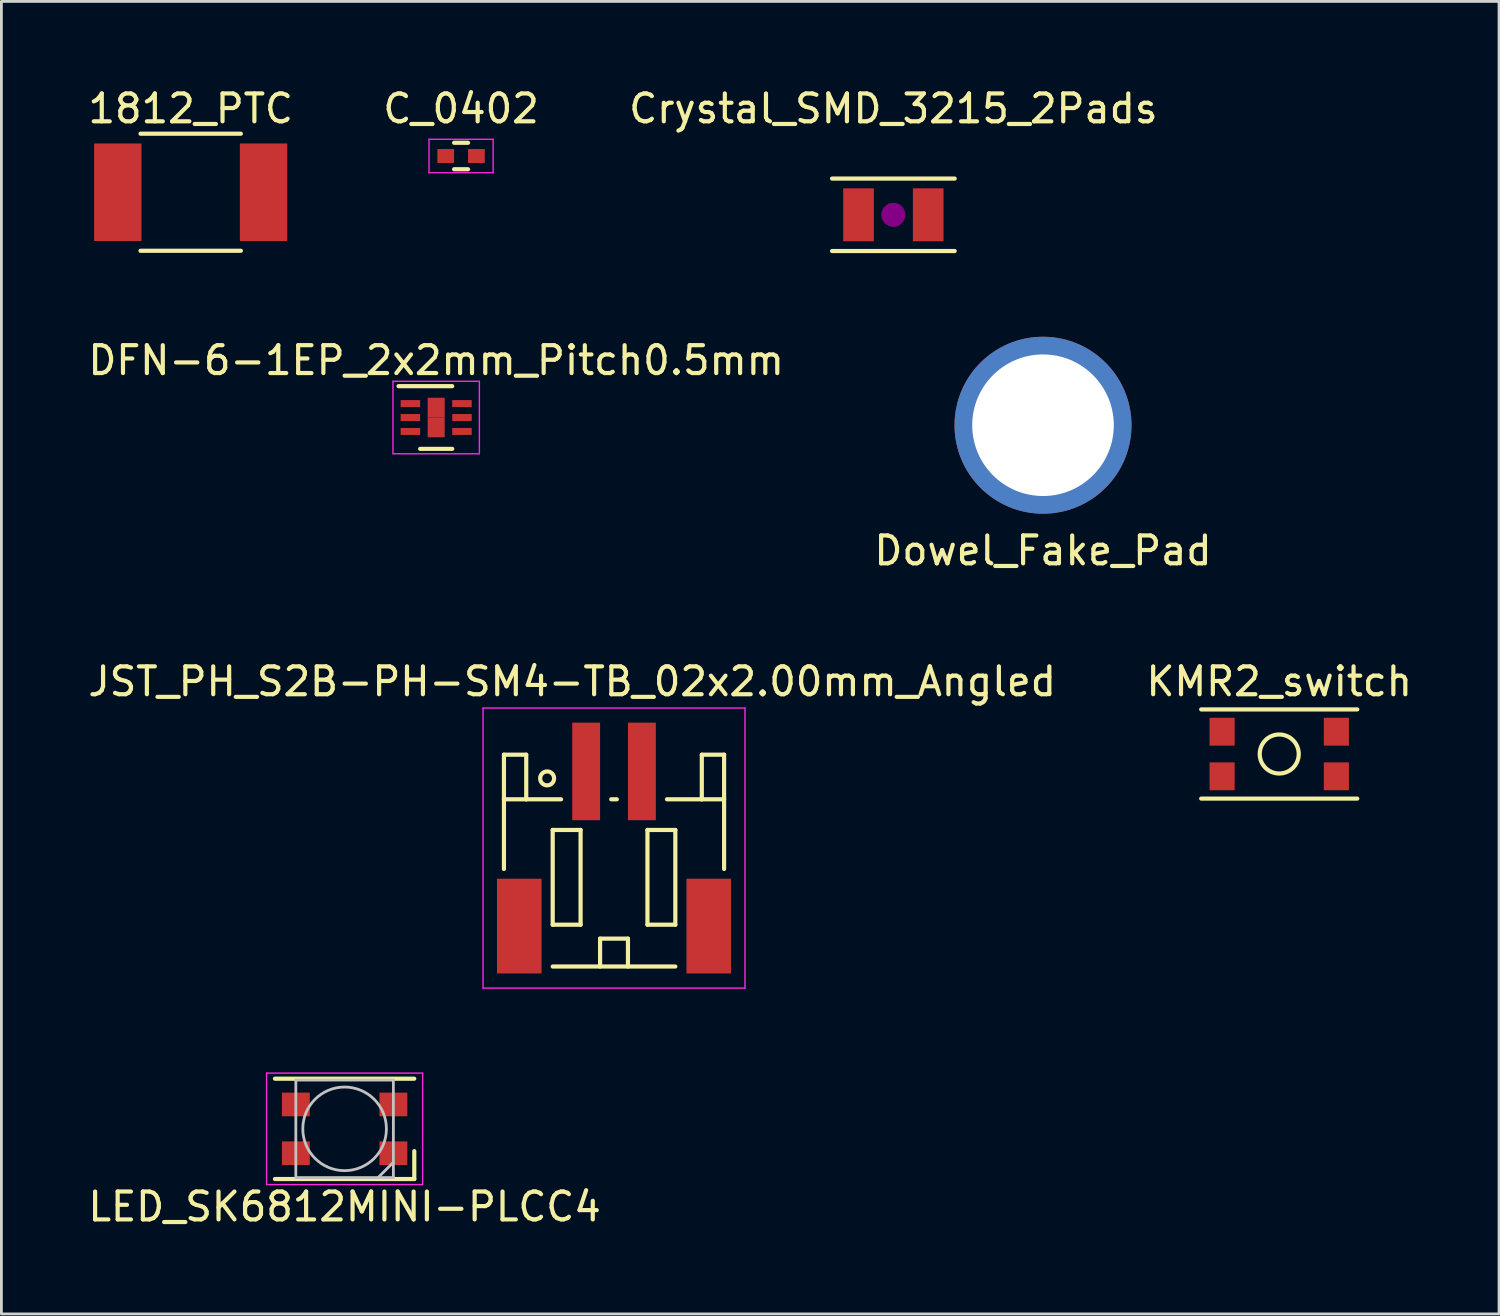
<source format=kicad_pcb>
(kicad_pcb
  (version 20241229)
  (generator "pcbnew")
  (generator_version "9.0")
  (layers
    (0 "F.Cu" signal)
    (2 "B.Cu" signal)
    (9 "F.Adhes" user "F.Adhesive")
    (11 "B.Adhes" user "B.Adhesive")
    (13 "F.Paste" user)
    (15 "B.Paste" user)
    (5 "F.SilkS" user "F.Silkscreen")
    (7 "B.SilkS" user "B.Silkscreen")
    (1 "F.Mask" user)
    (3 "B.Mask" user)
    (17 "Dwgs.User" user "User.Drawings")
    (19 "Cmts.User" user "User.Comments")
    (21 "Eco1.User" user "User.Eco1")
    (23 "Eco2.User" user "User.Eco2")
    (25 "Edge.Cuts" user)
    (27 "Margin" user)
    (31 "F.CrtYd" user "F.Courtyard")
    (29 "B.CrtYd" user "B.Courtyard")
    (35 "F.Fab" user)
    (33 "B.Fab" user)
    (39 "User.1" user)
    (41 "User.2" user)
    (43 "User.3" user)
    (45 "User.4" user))
  (footprint "KMR2_switch"
    (layer "F.Cu")
    (at 42.851 24.005)
    (property "Reference" "KMR2_switch" (at 0 -2.6 0) (layer "F.SilkS") (effects (font (size 1 1) (thickness 0.15))))
    (attr through_hole)
    (fp_line (start -2.8 -1.6) (end 2.8 -1.6) (stroke (width 0.15) (type solid)) (layer "F.SilkS"))
    (fp_line (start -2.8 1.6) (end 2.8 1.6) (stroke (width 0.15) (type solid)) (layer "F.SilkS"))
    (fp_circle (center 0 0) (end 0 0.7) (stroke (width 0.15) (type solid)) (fill no) (layer "F.SilkS"))
    (pad "1" smd rect (at -2.05 0.8) (size 0.9 1) (layers "F.Cu" "F.Mask" "F.Paste"))
    (pad "1" smd rect (at 2.05 0.8) (size 0.9 1) (layers "F.Cu" "F.Mask" "F.Paste"))
    (pad "2" smd rect (at -2.05 -0.8) (size 0.9 1) (layers "F.Cu" "F.Mask" "F.Paste"))
    (pad "2" smd rect (at 2.05 -0.8) (size 0.9 1) (layers "F.Cu" "F.Mask" "F.Paste")))
  (footprint "1812_PTC"
    (layer "F.Cu")
    (at 3.792 3.848)
    (property "Reference" "1812_PTC" (at 0 -3 0) (layer "F.SilkS") (effects (font (size 1 1) (thickness 0.15))))
    (attr through_hole)
    (fp_line (start -1.8 -2.1) (end 1.8 -2.1) (stroke (width 0.15) (type solid)) (layer "F.SilkS"))
    (fp_line (start -1.8 2.1) (end 1.8 2.1) (stroke (width 0.15) (type solid)) (layer "F.SilkS"))
    (pad "1" smd rect (at -2.615 0) (size 1.7 3.5) (layers "F.Cu" "F.Mask" "F.Paste"))
    (pad "2" smd rect (at 2.615 0) (size 1.7 3.5) (layers "F.Cu" "F.Mask" "F.Paste")))
  (footprint "JST_PH_S2B-PH-SM4-TB_02x2.00mm_Angled"
    (layer "F.Cu")
    (at 18.982 27.405)
    (property "Reference" "JST_PH_S2B-PH-SM4-TB_02x2.00mm_Angled" (at -1.5 -6 0) (layer "F.SilkS") (effects (font (size 1 1) (thickness 0.15))))
    (attr smd)
    (fp_line (start -3.95 -3.375) (end -3.95 0.725) (stroke (width 0.15) (type solid)) (layer "F.SilkS"))
    (fp_line (start -3.15 -3.375) (end -3.95 -3.375) (stroke (width 0.15) (type solid)) (layer "F.SilkS"))
    (fp_line (start -3.15 -1.775) (end -3.95 -1.775) (stroke (width 0.15) (type solid)) (layer "F.SilkS"))
    (fp_line (start -3.15 -1.775) (end -3.15 -3.375) (stroke (width 0.15) (type solid)) (layer "F.SilkS"))
    (fp_line (start -2.2 -0.675) (end -2.2 2.725) (stroke (width 0.15) (type solid)) (layer "F.SilkS"))
    (fp_line (start -2.2 2.725) (end -1.2 2.725) (stroke (width 0.15) (type solid)) (layer "F.SilkS"))
    (fp_line (start -2.2 4.225) (end 2.2 4.225) (stroke (width 0.15) (type solid)) (layer "F.SilkS"))
    (fp_line (start -1.9 -1.775) (end -3.15 -1.775) (stroke (width 0.15) (type solid)) (layer "F.SilkS"))
    (fp_line (start -1.2 -0.675) (end -2.2 -0.675) (stroke (width 0.15) (type solid)) (layer "F.SilkS"))
    (fp_line (start -1.2 2.725) (end -1.2 -0.675) (stroke (width 0.15) (type solid)) (layer "F.SilkS"))
    (fp_line (start -0.5 3.225) (end 0.5 3.225) (stroke (width 0.15) (type solid)) (layer "F.SilkS"))
    (fp_line (start -0.5 4.225) (end -0.5 3.225) (stroke (width 0.15) (type solid)) (layer "F.SilkS"))
    (fp_line (start -0.1 -1.775) (end 0.1 -1.775) (stroke (width 0.15) (type solid)) (layer "F.SilkS"))
    (fp_line (start 0.5 3.225) (end 0.5 4.225) (stroke (width 0.15) (type solid)) (layer "F.SilkS"))
    (fp_line (start 1.2 -0.675) (end 2.2 -0.675) (stroke (width 0.15) (type solid)) (layer "F.SilkS"))
    (fp_line (start 1.2 2.725) (end 1.2 -0.675) (stroke (width 0.15) (type solid)) (layer "F.SilkS"))
    (fp_line (start 1.9 -1.775) (end 3.15 -1.775) (stroke (width 0.15) (type solid)) (layer "F.SilkS"))
    (fp_line (start 2.2 -0.675) (end 2.2 2.725) (stroke (width 0.15) (type solid)) (layer "F.SilkS"))
    (fp_line (start 2.2 2.725) (end 1.2 2.725) (stroke (width 0.15) (type solid)) (layer "F.SilkS"))
    (fp_line (start 3.15 -3.375) (end 3.95 -3.375) (stroke (width 0.15) (type solid)) (layer "F.SilkS"))
    (fp_line (start 3.15 -1.775) (end 3.15 -3.375) (stroke (width 0.15) (type solid)) (layer "F.SilkS"))
    (fp_line (start 3.15 -1.775) (end 3.95 -1.775) (stroke (width 0.15) (type solid)) (layer "F.SilkS"))
    (fp_line (start 3.95 -3.375) (end 3.95 0.725) (stroke (width 0.15) (type solid)) (layer "F.SilkS"))
    (fp_circle (center -2.4 -2.525) (end -2.15 -2.525) (stroke (width 0.15) (type solid)) (fill no) (layer "F.SilkS"))
    (fp_line (start -4.7 -5.05) (end 4.7 -5.05) (stroke (width 0.05) (type solid)) (layer "F.CrtYd"))
    (fp_line (start -4.7 5) (end -4.7 -5.05) (stroke (width 0.05) (type solid)) (layer "F.CrtYd"))
    (fp_line (start 4.7 -5.05) (end 4.7 5) (stroke (width 0.05) (type solid)) (layer "F.CrtYd"))
    (fp_line (start 4.7 5) (end -4.7 5) (stroke (width 0.05) (type solid)) (layer "F.CrtYd"))
    (pad "" smd rect (at -3.4 2.775) (size 1.6 3.4) (layers "F.Cu" "F.Mask" "F.Paste"))
    (pad "" smd rect (at 3.4 2.775) (size 1.6 3.4) (layers "F.Cu" "F.Mask" "F.Paste"))
    (pad "1" smd rect (at -1 -2.775) (size 1 3.5) (layers "F.Cu" "F.Mask" "F.Paste"))
    (pad "2" smd rect (at 1 -2.775) (size 1 3.5) (layers "F.Cu" "F.Mask" "F.Paste")))
  (footprint "Dowel_Fake_Pad"
    (layer "F.Cu")
    (at 34.375 12.208)
    (property "Reference" "Dowel_Fake_Pad" (at 0 4.5 0) (layer "F.SilkS") (effects (font (size 1 1) (thickness 0.15))))
    (attr through_hole)
    (pad "1" thru_hole circle (at 0 0) (size 6.35 6.35) (drill 5.08) (layers "*.Cu" "*.Paste" "*.Mask")))
  (footprint "DFN-6-1EP_2x2mm_Pitch0.5mm"
    (layer "F.Cu")
    (at 12.601 11.931)
    (property "Reference" "DFN-6-1EP_2x2mm_Pitch0.5mm" (at 0 -2.05 0) (layer "F.SilkS") (effects (font (size 1 1) (thickness 0.15))))
    (attr smd)
    (fp_line (start -1.35 -1.125) (end 0.575 -1.125) (stroke (width 0.15) (type solid)) (layer "F.SilkS"))
    (fp_line (start -0.575 1.125) (end 0.575 1.125) (stroke (width 0.15) (type solid)) (layer "F.SilkS"))
    (fp_line (start -1.55 -1.3) (end -1.55 1.3) (stroke (width 0.05) (type solid)) (layer "F.CrtYd"))
    (fp_line (start -1.55 -1.3) (end 1.55 -1.3) (stroke (width 0.05) (type solid)) (layer "F.CrtYd"))
    (fp_line (start -1.55 1.3) (end 1.55 1.3) (stroke (width 0.05) (type solid)) (layer "F.CrtYd"))
    (fp_line (start 1.55 -1.3) (end 1.55 1.3) (stroke (width 0.05) (type solid)) (layer "F.CrtYd"))
    (pad "1" smd rect (at -0.925 -0.5) (size 0.7 0.25) (layers "F.Cu" "F.Mask" "F.Paste"))
    (pad "2" smd rect (at -0.925 0) (size 0.7 0.25) (layers "F.Cu" "F.Mask" "F.Paste"))
    (pad "3" smd rect (at -0.925 0.5) (size 0.7 0.25) (layers "F.Cu" "F.Mask" "F.Paste"))
    (pad "4" smd rect (at 0.925 0.5) (size 0.7 0.25) (layers "F.Cu" "F.Mask" "F.Paste"))
    (pad "5" smd rect (at 0.925 0) (size 0.7 0.25) (layers "F.Cu" "F.Mask" "F.Paste"))
    (pad "6" smd rect (at 0.925 -0.5) (size 0.7 0.25) (layers "F.Cu" "F.Mask" "F.Paste"))
    (pad "7" smd rect (at 0 -0.355) (size 0.61 0.71) (layers "F.Cu" "F.Mask" "F.Paste"))
    (pad "7" smd rect (at 0 0.355) (size 0.61 0.71) (layers "F.Cu" "F.Mask" "F.Paste")))
  (footprint "LED_SK6812MINI-PLCC4"
    (layer "F.Cu")
    (at 9.315 37.455)
    (property "Reference" "LED_SK6812MINI-PLCC4" (at 0 2.794 0) (layer "F.SilkS") (effects (font (size 1 1) (thickness 0.15))))
    (attr smd)
    (fp_line (start -2.5 -1.8) (end 2.5 -1.8) (stroke (width 0.15) (type solid)) (layer "F.SilkS"))
    (fp_line (start -2.5 1.8) (end 2.5 1.8) (stroke (width 0.15) (type solid)) (layer "F.SilkS"))
    (fp_line (start 2.5 1.8) (end 2.5 0.8) (stroke (width 0.15) (type solid)) (layer "F.SilkS"))
    (fp_line (start -1.75 -1.75) (end -1.75 1.75) (stroke (width 0.1) (type solid)) (layer "Dwgs.User"))
    (fp_line (start -1.75 1.75) (end 1.75 1.75) (stroke (width 0.1) (type solid)) (layer "Dwgs.User"))
    (fp_line (start 1.75 -1.75) (end -1.75 -1.75) (stroke (width 0.1) (type solid)) (layer "Dwgs.User"))
    (fp_line (start 1.75 1.2) (end 1.2 1.75) (stroke (width 0.1) (type solid)) (layer "Dwgs.User"))
    (fp_line (start 1.75 1.75) (end 1.75 -1.75) (stroke (width 0.1) (type solid)) (layer "Dwgs.User"))
    (fp_circle (center 0 0) (end 0 -1.5) (stroke (width 0.1) (type solid)) (fill no) (layer "Dwgs.User"))
    (fp_line (start -2.8 -2) (end -2.8 2) (stroke (width 0.05) (type solid)) (layer "F.CrtYd"))
    (fp_line (start -2.8 2) (end 2.8 2) (stroke (width 0.05) (type solid)) (layer "F.CrtYd"))
    (fp_line (start 2.8 -2) (end -2.8 -2) (stroke (width 0.05) (type solid)) (layer "F.CrtYd"))
    (fp_line (start 2.8 2) (end 2.8 -2) (stroke (width 0.05) (type solid)) (layer "F.CrtYd"))
    (pad "1" smd rect (at -1.75 -0.875) (size 1 0.85) (layers "F.Cu" "F.Mask" "F.Paste"))
    (pad "2" smd rect (at -1.75 0.875) (size 1 0.85) (layers "F.Cu" "F.Mask" "F.Paste"))
    (pad "3" smd rect (at 1.75 0.875) (size 1 0.85) (layers "F.Cu" "F.Mask" "F.Paste"))
    (pad "4" smd rect (at 1.75 -0.875) (size 1 0.85) (layers "F.Cu" "F.Mask" "F.Paste")))
  (footprint "Crystal_SMD_3215_2Pads"
    (layer "F.Cu")
    (at 29.006 4.658)
    (property "Reference" "Crystal_SMD_3215_2Pads" (at 0 -3.81 0) (layer "F.SilkS") (effects (font (size 1 1) (thickness 0.15))))
    (attr smd)
    (fp_line (start -2.2 -1.3) (end 2.2 -1.3) (stroke (width 0.15) (type solid)) (layer "F.SilkS"))
    (fp_line (start 2.2 1.3) (end -2.2 1.3) (stroke (width 0.15) (type solid)) (layer "F.SilkS"))
    (fp_circle (center 0 0) (end 0.051 0) (stroke (width 0.381) (type solid)) (fill no) (layer "F.Adhes"))
    (fp_circle (center 0 0) (end 0.201 0) (stroke (width 0.381) (type solid)) (fill no) (layer "F.Adhes"))
    (pad "1" smd rect (at -1.25 0) (size 1.1 1.9) (layers "F.Cu" "F.Mask" "F.Paste"))
    (pad "2" smd rect (at 1.25 0) (size 1.1 1.9) (layers "F.Cu" "F.Mask" "F.Paste")))
  (footprint "C_0402"
    (layer "F.Cu")
    (at 13.494 2.548)
    (property "Reference" "C_0402" (at 0 -1.7 0) (layer "F.SilkS") (effects (font (size 1 1) (thickness 0.15))))
    (attr smd)
    (fp_line (start -0.25 0.475) (end 0.25 0.475) (stroke (width 0.15) (type solid)) (layer "F.SilkS"))
    (fp_line (start 0.25 -0.475) (end -0.25 -0.475) (stroke (width 0.15) (type solid)) (layer "F.SilkS"))
    (fp_line (start -1.15 -0.6) (end -1.15 0.6) (stroke (width 0.05) (type solid)) (layer "F.CrtYd"))
    (fp_line (start -1.15 -0.6) (end 1.15 -0.6) (stroke (width 0.05) (type solid)) (layer "F.CrtYd"))
    (fp_line (start -1.15 0.6) (end 1.15 0.6) (stroke (width 0.05) (type solid)) (layer "F.CrtYd"))
    (fp_line (start 1.15 -0.6) (end 1.15 0.6) (stroke (width 0.05) (type solid)) (layer "F.CrtYd"))
    (pad "1" smd rect (at -0.55 0) (size 0.6 0.5) (layers "F.Cu" "F.Mask" "F.Paste"))
    (pad "2" smd rect (at 0.55 0) (size 0.6 0.5) (layers "F.Cu" "F.Mask" "F.Paste")))
  (gr_rect
    (start -3 -3)
    (end 50.738 44.097)
    (stroke (width 0.1) (type default))
    (fill no)
    (layer "Edge.Cuts")))
</source>
